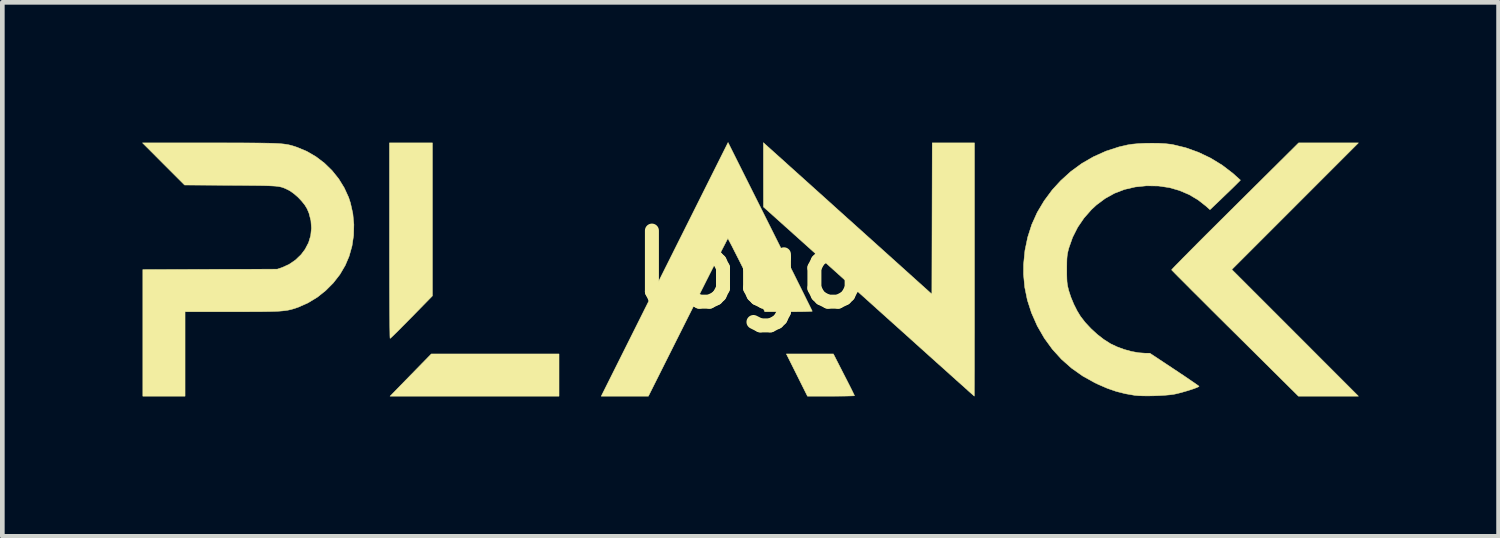
<source format=kicad_pcb>
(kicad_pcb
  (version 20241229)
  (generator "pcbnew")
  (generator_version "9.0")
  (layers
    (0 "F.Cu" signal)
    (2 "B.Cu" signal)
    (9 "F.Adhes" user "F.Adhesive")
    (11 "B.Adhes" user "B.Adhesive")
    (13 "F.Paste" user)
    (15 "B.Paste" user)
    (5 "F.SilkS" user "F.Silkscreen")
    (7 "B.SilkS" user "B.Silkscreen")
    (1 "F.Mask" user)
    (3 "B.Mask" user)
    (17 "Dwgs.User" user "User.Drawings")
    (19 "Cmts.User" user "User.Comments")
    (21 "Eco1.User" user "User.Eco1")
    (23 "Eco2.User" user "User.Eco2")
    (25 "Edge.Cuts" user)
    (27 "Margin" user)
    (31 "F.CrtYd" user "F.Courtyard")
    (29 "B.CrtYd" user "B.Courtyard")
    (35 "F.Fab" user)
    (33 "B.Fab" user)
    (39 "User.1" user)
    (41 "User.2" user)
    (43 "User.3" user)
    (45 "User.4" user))
  (footprint "logo"
    (layer "F.Cu")
    (at 13.03 2.728)
    (property "Reference" "logo" (at 0 0 0) (layer "F.SilkS") (effects (font (size 1.524 1.524) (thickness 0.3))))
    (attr through_hole)
    (fp_poly (pts (xy -4.096 2.715) (xy -7.718 2.715) (xy -7.276 2.262) (xy -6.834 1.81) (xy -4.096 1.81) (xy -4.096 2.715)) (stroke (width 0.01) (type solid)) (fill yes) (layer "F.SilkS"))
    (fp_poly (pts (xy 2.012 2.252) (xy 2.068 2.361) (xy 2.119 2.461) (xy 2.163 2.548) (xy 2.198 2.619) (xy 2.223 2.671) (xy 2.237 2.7) (xy 2.238 2.704) (xy 2.223 2.707) (xy 2.18 2.709) (xy 2.112 2.711) (xy 2.025 2.713) (xy 1.92 2.714) (xy 1.803 2.715) (xy 1.734 2.715) (xy 1.23 2.715) (xy 1.004 2.262) (xy 0.778 1.81) (xy 1.786 1.81) (xy 2.012 2.252)) (stroke (width 0.01) (type solid)) (fill yes) (layer "F.SilkS"))
    (fp_poly (pts (xy -6.81 0.565) (xy -7.256 1.021) (xy -7.354 1.12) (xy -7.445 1.212) (xy -7.526 1.294) (xy -7.597 1.364) (xy -7.653 1.419) (xy -7.693 1.457) (xy -7.714 1.475) (xy -7.717 1.476) (xy -7.719 1.461) (xy -7.721 1.415) (xy -7.722 1.339) (xy -7.724 1.236) (xy -7.725 1.106) (xy -7.727 0.95) (xy -7.728 0.77) (xy -7.729 0.568) (xy -7.73 0.343) (xy -7.73 0.098) (xy -7.731 -0.166) (xy -7.731 -0.448) (xy -7.731 -0.619) (xy -7.731 -2.715) (xy -6.81 -2.715) (xy -6.81 0.565)) (stroke (width 0.01) (type solid)) (fill yes) (layer "F.SilkS"))
    (fp_poly (pts (xy 11.684 -1.357) (xy 10.327 0) (xy 11.684 1.357) (xy 13.041 2.715) (xy 12.398 2.715) (xy 11.755 2.715) (xy 10.398 1.369) (xy 10.225 1.198) (xy 10.058 1.032) (xy 9.899 0.874) (xy 9.749 0.724) (xy 9.61 0.585) (xy 9.482 0.458) (xy 9.368 0.343) (xy 9.268 0.243) (xy 9.184 0.159) (xy 9.118 0.092) (xy 9.07 0.043) (xy 9.043 0.015) (xy 9.036 0.007) (xy 9.047 -0.006) (xy 9.078 -0.04) (xy 9.13 -0.094) (xy 9.2 -0.165) (xy 9.287 -0.254) (xy 9.39 -0.358) (xy 9.507 -0.476) (xy 9.637 -0.607) (xy 9.779 -0.749) (xy 9.931 -0.9) (xy 10.093 -1.061) (xy 10.261 -1.228) (xy 10.396 -1.362) (xy 11.76 -2.715) (xy 13.041 -2.715) (xy 11.684 -1.357)) (stroke (width 0.01) (type solid)) (fill yes) (layer "F.SilkS"))
    (fp_poly (pts (xy 0.43 -0.921) (xy 0.542 -0.697) (xy 0.65 -0.481) (xy 0.753 -0.274) (xy 0.851 -0.079) (xy 0.942 0.103) (xy 1.025 0.271) (xy 1.101 0.423) (xy 1.167 0.556) (xy 1.223 0.67) (xy 1.269 0.762) (xy 1.303 0.831) (xy 1.324 0.875) (xy 1.333 0.893) (xy 1.333 0.893) (xy 1.318 0.896) (xy 1.275 0.898) (xy 1.207 0.901) (xy 1.119 0.903) (xy 1.015 0.904) (xy 0.897 0.905) (xy 0.825 0.905) (xy 0.317 0.905) (xy -0.075 0.119) (xy -0.149 -0.027) (xy -0.218 -0.165) (xy -0.282 -0.291) (xy -0.339 -0.403) (xy -0.387 -0.499) (xy -0.427 -0.575) (xy -0.456 -0.63) (xy -0.472 -0.661) (xy -0.476 -0.666) (xy -0.484 -0.652) (xy -0.506 -0.612) (xy -0.539 -0.546) (xy -0.585 -0.458) (xy -0.641 -0.348) (xy -0.706 -0.218) (xy -0.781 -0.07) (xy -0.864 0.094) (xy -0.954 0.272) (xy -1.05 0.463) (xy -1.152 0.665) (xy -1.258 0.877) (xy -1.332 1.024) (xy -2.18 2.715) (xy -3.191 2.715) (xy -1.832 -0.004) (xy -0.472 -2.723) (xy 0.43 -0.921)) (stroke (width 0.01) (type solid)) (fill yes) (layer "F.SilkS"))
    (fp_poly (pts (xy 0.321 -2.687) (xy 0.337 -2.673) (xy 0.375 -2.639) (xy 0.434 -2.586) (xy 0.513 -2.515) (xy 0.61 -2.428) (xy 0.724 -2.326) (xy 0.853 -2.209) (xy 0.997 -2.08) (xy 1.154 -1.939) (xy 1.323 -1.787) (xy 1.502 -1.626) (xy 1.69 -1.457) (xy 1.885 -1.281) (xy 2.087 -1.099) (xy 2.127 -1.064) (xy 3.897 0.528) (xy 3.901 -1.093) (xy 3.905 -2.715) (xy 4.81 -2.715) (xy 4.81 0) (xy 4.81 0.291) (xy 4.81 0.573) (xy 4.81 0.845) (xy 4.81 1.105) (xy 4.81 1.352) (xy 4.809 1.583) (xy 4.809 1.798) (xy 4.809 1.994) (xy 4.809 2.17) (xy 4.808 2.324) (xy 4.808 2.455) (xy 4.807 2.561) (xy 4.807 2.641) (xy 4.807 2.692) (xy 4.806 2.714) (xy 4.806 2.714) (xy 4.794 2.704) (xy 4.76 2.673) (xy 4.704 2.624) (xy 4.629 2.556) (xy 4.535 2.472) (xy 4.424 2.373) (xy 4.297 2.259) (xy 4.155 2.131) (xy 3.999 1.992) (xy 3.831 1.841) (xy 3.653 1.681) (xy 3.464 1.511) (xy 3.267 1.334) (xy 3.063 1.151) (xy 2.937 1.038) (xy 2.721 0.844) (xy 2.508 0.652) (xy 2.298 0.464) (xy 2.093 0.28) (xy 1.895 0.102) (xy 1.706 -0.068) (xy 1.527 -0.229) (xy 1.359 -0.38) (xy 1.205 -0.518) (xy 1.066 -0.643) (xy 0.943 -0.753) (xy 0.839 -0.847) (xy 0.754 -0.922) (xy 0.692 -0.979) (xy 0.679 -0.99) (xy 0.287 -1.341) (xy 0.286 -2.031) (xy 0.286 -2.72) (xy 0.321 -2.687)) (stroke (width 0.01) (type solid)) (fill yes) (layer "F.SilkS"))
    (fp_poly (pts (xy -11.581 -2.715) (xy -11.321 -2.715) (xy -11.09 -2.714) (xy -10.887 -2.714) (xy -10.709 -2.713) (xy -10.555 -2.712) (xy -10.421 -2.71) (xy -10.306 -2.708) (xy -10.208 -2.705) (xy -10.125 -2.701) (xy -10.053 -2.696) (xy -9.993 -2.69) (xy -9.94 -2.682) (xy -9.893 -2.674) (xy -9.85 -2.664) (xy -9.808 -2.652) (xy -9.766 -2.639) (xy -9.722 -2.624) (xy -9.712 -2.621) (xy -9.504 -2.534) (xy -9.308 -2.42) (xy -9.126 -2.282) (xy -8.962 -2.122) (xy -8.819 -1.944) (xy -8.7 -1.751) (xy -8.606 -1.546) (xy -8.567 -1.426) (xy -8.516 -1.198) (xy -8.494 -0.965) (xy -8.5 -0.732) (xy -8.534 -0.504) (xy -8.596 -0.284) (xy -8.678 -0.091) (xy -8.793 0.105) (xy -8.934 0.286) (xy -9.097 0.45) (xy -9.278 0.594) (xy -9.474 0.713) (xy -9.68 0.805) (xy -9.716 0.818) (xy -9.766 0.835) (xy -9.813 0.849) (xy -9.86 0.861) (xy -9.909 0.872) (xy -9.963 0.88) (xy -10.025 0.887) (xy -10.098 0.893) (xy -10.183 0.897) (xy -10.284 0.9) (xy -10.404 0.902) (xy -10.545 0.904) (xy -10.709 0.904) (xy -10.9 0.905) (xy -11.107 0.905) (xy -12.113 0.905) (xy -12.113 2.715) (xy -13.018 2.715) (xy -13.018 0.001) (xy -10.136 -0.008) (xy -10.032 -0.043) (xy -9.884 -0.11) (xy -9.746 -0.204) (xy -9.625 -0.32) (xy -9.54 -0.433) (xy -9.465 -0.576) (xy -9.419 -0.729) (xy -9.403 -0.888) (xy -9.415 -1.049) (xy -9.456 -1.208) (xy -9.496 -1.302) (xy -9.545 -1.383) (xy -9.615 -1.47) (xy -9.697 -1.556) (xy -9.785 -1.631) (xy -9.868 -1.689) (xy -9.898 -1.705) (xy -9.937 -1.724) (xy -9.971 -1.74) (xy -10.004 -1.753) (xy -10.039 -1.765) (xy -10.077 -1.774) (xy -10.122 -1.782) (xy -10.177 -1.788) (xy -10.243 -1.792) (xy -10.325 -1.796) (xy -10.423 -1.799) (xy -10.541 -1.801) (xy -10.682 -1.802) (xy -10.849 -1.804) (xy -11.043 -1.805) (xy -11.137 -1.806) (xy -12.123 -1.812) (xy -12.574 -2.263) (xy -13.025 -2.715) (xy -11.581 -2.715)) (stroke (width 0.01) (type solid)) (fill yes) (layer "F.SilkS"))
    (fp_poly (pts (xy 8.765 -2.706) (xy 8.902 -2.698) (xy 9.018 -2.685) (xy 9.057 -2.679) (xy 9.339 -2.611) (xy 9.612 -2.513) (xy 9.874 -2.388) (xy 10.121 -2.237) (xy 10.35 -2.062) (xy 10.403 -2.014) (xy 10.512 -1.916) (xy 10.435 -1.838) (xy 10.4 -1.803) (xy 10.347 -1.751) (xy 10.28 -1.686) (xy 10.205 -1.614) (xy 10.126 -1.538) (xy 10.109 -1.521) (xy 9.859 -1.283) (xy 9.775 -1.358) (xy 9.603 -1.493) (xy 9.412 -1.606) (xy 9.206 -1.694) (xy 8.99 -1.756) (xy 8.77 -1.789) (xy 8.751 -1.791) (xy 8.497 -1.795) (xy 8.256 -1.77) (xy 8.028 -1.717) (xy 7.813 -1.635) (xy 7.613 -1.524) (xy 7.426 -1.385) (xy 7.319 -1.286) (xy 7.158 -1.103) (xy 7.022 -0.904) (xy 6.914 -0.69) (xy 6.835 -0.466) (xy 6.83 -0.449) (xy 6.815 -0.39) (xy 6.804 -0.338) (xy 6.797 -0.287) (xy 6.792 -0.228) (xy 6.79 -0.156) (xy 6.789 -0.063) (xy 6.789 0) (xy 6.789 0.108) (xy 6.791 0.191) (xy 6.794 0.256) (xy 6.8 0.31) (xy 6.809 0.361) (xy 6.822 0.415) (xy 6.83 0.449) (xy 6.877 0.592) (xy 6.939 0.742) (xy 7.011 0.885) (xy 7.082 1.002) (xy 7.183 1.133) (xy 7.306 1.265) (xy 7.442 1.39) (xy 7.584 1.5) (xy 7.724 1.589) (xy 7.731 1.593) (xy 7.869 1.658) (xy 8.022 1.714) (xy 8.179 1.757) (xy 8.331 1.784) (xy 8.466 1.794) (xy 8.57 1.794) (xy 9.096 2.142) (xy 9.211 2.219) (xy 9.318 2.29) (xy 9.413 2.355) (xy 9.494 2.41) (xy 9.558 2.454) (xy 9.602 2.485) (xy 9.623 2.502) (xy 9.625 2.503) (xy 9.612 2.514) (xy 9.574 2.531) (xy 9.517 2.553) (xy 9.445 2.577) (xy 9.365 2.602) (xy 9.281 2.626) (xy 9.2 2.648) (xy 9.126 2.666) (xy 9.081 2.675) (xy 9 2.686) (xy 8.898 2.695) (xy 8.78 2.702) (xy 8.656 2.707) (xy 8.534 2.709) (xy 8.419 2.708) (xy 8.322 2.704) (xy 8.251 2.698) (xy 8.044 2.662) (xy 7.85 2.613) (xy 7.659 2.547) (xy 7.461 2.461) (xy 7.39 2.427) (xy 7.129 2.282) (xy 6.89 2.113) (xy 6.674 1.922) (xy 6.48 1.708) (xy 6.309 1.473) (xy 6.161 1.217) (xy 6.152 1.199) (xy 6.032 0.927) (xy 5.944 0.655) (xy 5.888 0.38) (xy 5.862 0.104) (xy 5.863 -0.111) (xy 5.892 -0.407) (xy 5.951 -0.691) (xy 6.038 -0.963) (xy 6.155 -1.223) (xy 6.302 -1.47) (xy 6.477 -1.706) (xy 6.656 -1.902) (xy 6.873 -2.099) (xy 7.109 -2.272) (xy 7.362 -2.418) (xy 7.629 -2.538) (xy 7.91 -2.629) (xy 8.085 -2.67) (xy 8.193 -2.687) (xy 8.323 -2.699) (xy 8.468 -2.706) (xy 8.618 -2.708) (xy 8.765 -2.706)) (stroke (width 0.01) (type solid)) (fill yes) (layer "F.SilkS")))
  (gr_rect
    (start -3 -3)
    (end 29.076 8.447)
    (stroke (width 0.1) (type default))
    (fill no)
    (layer "Edge.Cuts")))
</source>
